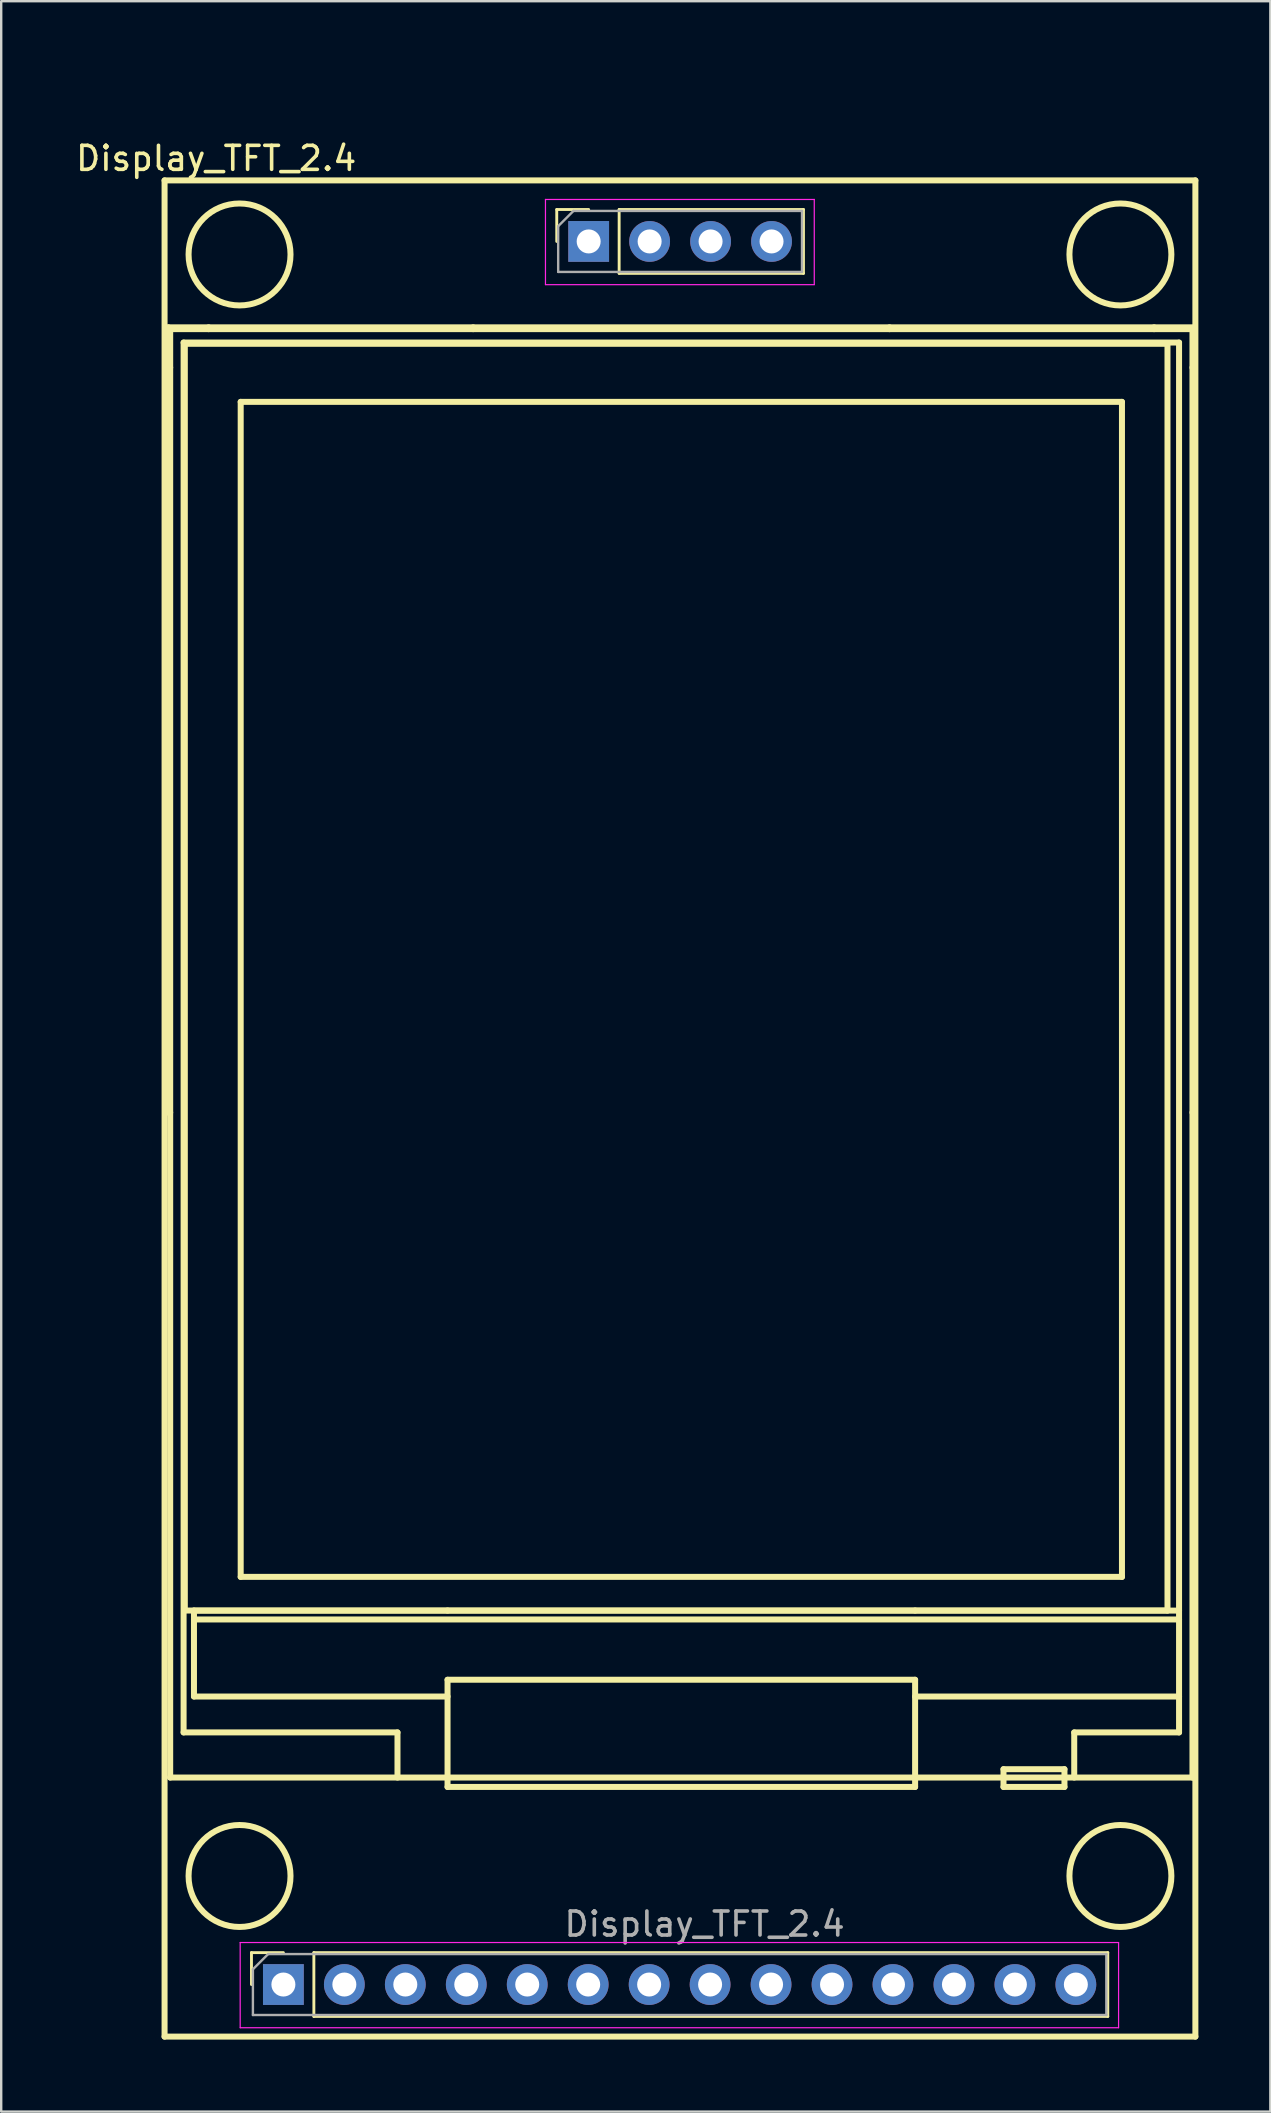
<source format=kicad_pcb>
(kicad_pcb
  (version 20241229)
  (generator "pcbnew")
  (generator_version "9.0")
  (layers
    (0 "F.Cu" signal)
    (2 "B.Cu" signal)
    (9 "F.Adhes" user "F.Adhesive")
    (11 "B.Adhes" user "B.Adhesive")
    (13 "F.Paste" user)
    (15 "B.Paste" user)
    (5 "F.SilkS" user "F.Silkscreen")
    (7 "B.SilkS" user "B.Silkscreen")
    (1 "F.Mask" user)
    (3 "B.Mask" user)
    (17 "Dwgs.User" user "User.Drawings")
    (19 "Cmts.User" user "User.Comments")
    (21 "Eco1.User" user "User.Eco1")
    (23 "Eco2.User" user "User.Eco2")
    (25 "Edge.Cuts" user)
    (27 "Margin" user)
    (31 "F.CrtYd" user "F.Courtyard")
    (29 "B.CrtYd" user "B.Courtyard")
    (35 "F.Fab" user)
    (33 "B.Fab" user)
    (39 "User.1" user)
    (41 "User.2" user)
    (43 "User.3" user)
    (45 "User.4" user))
  (footprint "Display_TFT_2.4"
    (layer "F.Cu")
    (at 3.298 0.25)
    (property "Reference" "Display_TFT_2.4" (at 2.66 3.3 0) (unlocked yes) (layer "F.SilkS") (effects (font (size 1 1) (thickness 0.15))))
    (attr through_hole)
    (fp_line (start 0.509 4.217) (end 43.46 4.217) (stroke (width 0.25) (type solid)) (layer "F.SilkS"))
    (fp_line (start 0.509 81.56) (end 0.509 4.217) (stroke (width 0.25) (type solid)) (layer "F.SilkS"))
    (fp_line (start 0.667 10.338) (end 0.667 43.054) (stroke (width 0.25) (type solid)) (layer "F.SilkS"))
    (fp_line (start 0.667 43.054) (end 0.743 43.054) (stroke (width 0.25) (type solid)) (layer "F.SilkS"))
    (fp_line (start 0.743 10.415) (end 43.339 10.415) (stroke (width 0.25) (type solid)) (layer "F.SilkS"))
    (fp_line (start 0.743 12.015) (end 0.667 12.015) (stroke (width 0.25) (type solid)) (layer "F.SilkS"))
    (fp_line (start 0.743 70.765) (end 0.743 10.415) (stroke (width 0.25) (type solid)) (layer "F.SilkS"))
    (fp_line (start 1.302 10.973) (end 42.78 10.973) (stroke (width 0.25) (type solid)) (layer "F.SilkS"))
    (fp_line (start 1.302 68.885) (end 1.302 10.973) (stroke (width 0.25) (type solid)) (layer "F.SilkS"))
    (fp_line (start 1.353 11.024) (end 42.298 11.024) (stroke (width 0.25) (type solid)) (layer "F.SilkS"))
    (fp_line (start 1.353 63.805) (end 1.353 11.024) (stroke (width 0.25) (type solid)) (layer "F.SilkS"))
    (fp_line (start 1.734 63.808) (end 42.78 63.808) (stroke (width 0.25) (type solid)) (layer "F.SilkS"))
    (fp_line (start 1.734 64.178) (end 42.78 64.178) (stroke (width 0.25) (type solid)) (layer "F.SilkS"))
    (fp_line (start 1.734 67.389) (end 1.734 63.808) (stroke (width 0.25) (type solid)) (layer "F.SilkS"))
    (fp_line (start 2.344 10.338) (end 2.344 10.415) (stroke (width 0.25) (type solid)) (layer "F.SilkS"))
    (fp_line (start 3.681 13.445) (end 40.401 13.445) (stroke (width 0.25) (type solid)) (layer "F.SilkS"))
    (fp_line (start 3.681 62.405) (end 3.681 13.445) (stroke (width 0.25) (type solid)) (layer "F.SilkS"))
    (fp_line (start 4.13 78.06) (end 5.46 78.06) (stroke (width 0.12) (type solid)) (layer "F.SilkS"))
    (fp_line (start 4.13 79.39) (end 4.13 78.06) (stroke (width 0.12) (type solid)) (layer "F.SilkS"))
    (fp_line (start 6.73 78.06) (end 39.81 78.06) (stroke (width 0.12) (type solid)) (layer "F.SilkS"))
    (fp_line (start 6.73 80.72) (end 6.73 78.06) (stroke (width 0.12) (type solid)) (layer "F.SilkS"))
    (fp_line (start 6.73 80.72) (end 39.81 80.72) (stroke (width 0.12) (type solid)) (layer "F.SilkS"))
    (fp_line (start 10.214 68.885) (end 1.302 68.885) (stroke (width 0.25) (type solid)) (layer "F.SilkS"))
    (fp_line (start 10.214 70.765) (end 10.214 68.885) (stroke (width 0.25) (type solid)) (layer "F.SilkS"))
    (fp_line (start 12.3 63.808) (end 12.3 63.805) (stroke (width 0.25) (type solid)) (layer "F.SilkS"))
    (fp_line (start 12.3 66.691) (end 31.782 66.691) (stroke (width 0.25) (type solid)) (layer "F.SilkS"))
    (fp_line (start 12.3 67.389) (end 1.734 67.389) (stroke (width 0.25) (type solid)) (layer "F.SilkS"))
    (fp_line (start 12.3 71.157) (end 12.3 66.691) (stroke (width 0.25) (type solid)) (layer "F.SilkS"))
    (fp_line (start 12.3 71.157) (end 31.782 71.157) (stroke (width 0.25) (type solid)) (layer "F.SilkS"))
    (fp_line (start 13.367 10.415) (end 13.367 10.338) (stroke (width 0.25) (type solid)) (layer "F.SilkS"))
    (fp_line (start 16.85 5.43) (end 18.18 5.43) (stroke (width 0.12) (type solid)) (layer "F.SilkS"))
    (fp_line (start 16.85 6.76) (end 16.85 5.43) (stroke (width 0.12) (type solid)) (layer "F.SilkS"))
    (fp_line (start 19.45 5.43) (end 27.13 5.43) (stroke (width 0.12) (type solid)) (layer "F.SilkS"))
    (fp_line (start 19.45 8.09) (end 19.45 5.43) (stroke (width 0.12) (type solid)) (layer "F.SilkS"))
    (fp_line (start 19.45 8.09) (end 27.13 8.09) (stroke (width 0.12) (type solid)) (layer "F.SilkS"))
    (fp_line (start 27.13 8.09) (end 27.13 5.43) (stroke (width 0.12) (type solid)) (layer "F.SilkS"))
    (fp_line (start 30.715 10.415) (end 30.715 10.338) (stroke (width 0.25) (type solid)) (layer "F.SilkS"))
    (fp_line (start 31.782 63.805) (end 31.782 63.808) (stroke (width 0.25) (type solid)) (layer "F.SilkS"))
    (fp_line (start 31.782 66.691) (end 31.782 71.157) (stroke (width 0.25) (type solid)) (layer "F.SilkS"))
    (fp_line (start 35.465 70.417) (end 38.005 70.417) (stroke (width 0.25) (type solid)) (layer "F.SilkS"))
    (fp_line (start 35.465 71.157) (end 35.465 70.417) (stroke (width 0.25) (type solid)) (layer "F.SilkS"))
    (fp_line (start 35.465 71.157) (end 38.005 71.157) (stroke (width 0.25) (type solid)) (layer "F.SilkS"))
    (fp_line (start 38.005 71.157) (end 38.005 70.417) (stroke (width 0.25) (type solid)) (layer "F.SilkS"))
    (fp_line (start 38.412 68.885) (end 38.412 70.765) (stroke (width 0.25) (type solid)) (layer "F.SilkS"))
    (fp_line (start 39.81 80.72) (end 39.81 78.06) (stroke (width 0.12) (type solid)) (layer "F.SilkS"))
    (fp_line (start 40.401 13.445) (end 40.401 62.405) (stroke (width 0.25) (type solid)) (layer "F.SilkS"))
    (fp_line (start 40.401 62.405) (end 3.681 62.405) (stroke (width 0.25) (type solid)) (layer "F.SilkS"))
    (fp_line (start 41.739 10.338) (end 41.739 10.415) (stroke (width 0.25) (type solid)) (layer "F.SilkS"))
    (fp_line (start 42.298 11.024) (end 42.298 63.805) (stroke (width 0.25) (type solid)) (layer "F.SilkS"))
    (fp_line (start 42.298 63.805) (end 1.353 63.805) (stroke (width 0.25) (type solid)) (layer "F.SilkS"))
    (fp_line (start 42.78 10.973) (end 42.78 68.885) (stroke (width 0.25) (type solid)) (layer "F.SilkS"))
    (fp_line (start 42.78 67.389) (end 31.782 67.389) (stroke (width 0.25) (type solid)) (layer "F.SilkS"))
    (fp_line (start 42.78 68.885) (end 38.412 68.885) (stroke (width 0.25) (type solid)) (layer "F.SilkS"))
    (fp_line (start 43.339 10.415) (end 43.339 70.765) (stroke (width 0.25) (type solid)) (layer "F.SilkS"))
    (fp_line (start 43.339 12.015) (end 43.415 12.015) (stroke (width 0.25) (type solid)) (layer "F.SilkS"))
    (fp_line (start 43.339 70.765) (end 0.743 70.765) (stroke (width 0.25) (type solid)) (layer "F.SilkS"))
    (fp_line (start 43.415 10.338) (end 0.667 10.338) (stroke (width 0.25) (type solid)) (layer "F.SilkS"))
    (fp_line (start 43.415 10.338) (end 43.415 43.054) (stroke (width 0.25) (type solid)) (layer "F.SilkS"))
    (fp_line (start 43.415 43.054) (end 43.339 43.054) (stroke (width 0.25) (type solid)) (layer "F.SilkS"))
    (fp_line (start 43.46 4.217) (end 43.46 81.56) (stroke (width 0.25) (type solid)) (layer "F.SilkS"))
    (fp_line (start 43.46 81.56) (end 0.509 81.56) (stroke (width 0.25) (type solid)) (layer "F.SilkS"))
    (fp_circle (center 3.633 7.303) (end 1.509 7.303) (stroke (width 0.25) (type solid)) (fill no) (layer "F.SilkS"))
    (fp_circle (center 3.633 74.867) (end 1.509 74.867) (stroke (width 0.25) (type solid)) (fill no) (layer "F.SilkS"))
    (fp_circle (center 40.336 7.303) (end 38.212 7.303) (stroke (width 0.25) (type solid)) (fill no) (layer "F.SilkS"))
    (fp_circle (center 40.336 74.867) (end 38.212 74.867) (stroke (width 0.25) (type solid)) (fill no) (layer "F.SilkS"))
    (fp_line (start 3.66 77.64) (end 40.26 77.64) (stroke (width 0.05) (type solid)) (layer "F.CrtYd"))
    (fp_line (start 3.66 81.19) (end 3.66 77.64) (stroke (width 0.05) (type solid)) (layer "F.CrtYd"))
    (fp_line (start 16.38 5.01) (end 27.58 5.01) (stroke (width 0.05) (type solid)) (layer "F.CrtYd"))
    (fp_line (start 16.38 8.56) (end 16.38 5.01) (stroke (width 0.05) (type solid)) (layer "F.CrtYd"))
    (fp_line (start 27.58 5.01) (end 27.58 8.56) (stroke (width 0.05) (type solid)) (layer "F.CrtYd"))
    (fp_line (start 27.58 8.56) (end 16.38 8.56) (stroke (width 0.05) (type solid)) (layer "F.CrtYd"))
    (fp_line (start 40.26 77.64) (end 40.26 81.19) (stroke (width 0.05) (type solid)) (layer "F.CrtYd"))
    (fp_line (start 40.26 81.19) (end 3.66 81.19) (stroke (width 0.05) (type solid)) (layer "F.CrtYd"))
    (fp_line (start 4.19 78.755) (end 4.825 78.12) (stroke (width 0.1) (type solid)) (layer "F.Fab"))
    (fp_line (start 4.19 80.66) (end 4.19 78.755) (stroke (width 0.1) (type solid)) (layer "F.Fab"))
    (fp_line (start 4.825 78.12) (end 39.75 78.12) (stroke (width 0.1) (type solid)) (layer "F.Fab"))
    (fp_line (start 16.91 6.125) (end 17.545 5.49) (stroke (width 0.1) (type solid)) (layer "F.Fab"))
    (fp_line (start 16.91 8.03) (end 16.91 6.125) (stroke (width 0.1) (type solid)) (layer "F.Fab"))
    (fp_line (start 17.545 5.49) (end 27.07 5.49) (stroke (width 0.1) (type solid)) (layer "F.Fab"))
    (fp_line (start 27.07 5.49) (end 27.07 8.03) (stroke (width 0.1) (type solid)) (layer "F.Fab"))
    (fp_line (start 27.07 8.03) (end 16.91 8.03) (stroke (width 0.1) (type solid)) (layer "F.Fab"))
    (fp_line (start 39.75 78.12) (end 39.75 80.66) (stroke (width 0.1) (type solid)) (layer "F.Fab"))
    (fp_line (start 39.75 80.66) (end 4.19 80.66) (stroke (width 0.1) (type solid)) (layer "F.Fab"))
    (fp_text user "${REFERENCE}" (at 23.01 76.87 0) (unlocked yes) (layer "F.Fab") (effects (font (size 1 1) (thickness 0.15))))
    (pad "1" thru_hole rect (at 5.46 79.39 90) (size 1.7 1.7) (drill 1) (layers "*.Cu" "*.Mask"))
    (pad "2" thru_hole oval (at 8 79.39 90) (size 1.7 1.7) (drill 1) (layers "*.Cu" "*.Mask"))
    (pad "3" thru_hole oval (at 10.54 79.39 90) (size 1.7 1.7) (drill 1) (layers "*.Cu" "*.Mask"))
    (pad "4" thru_hole oval (at 13.08 79.39 90) (size 1.7 1.7) (drill 1) (layers "*.Cu" "*.Mask"))
    (pad "5" thru_hole oval (at 15.62 79.39 90) (size 1.7 1.7) (drill 1) (layers "*.Cu" "*.Mask"))
    (pad "6" thru_hole oval (at 18.16 79.39 90) (size 1.7 1.7) (drill 1) (layers "*.Cu" "*.Mask"))
    (pad "7" thru_hole oval (at 20.7 79.39 90) (size 1.7 1.7) (drill 1) (layers "*.Cu" "*.Mask"))
    (pad "8" thru_hole oval (at 23.24 79.39 90) (size 1.7 1.7) (drill 1) (layers "*.Cu" "*.Mask"))
    (pad "9" thru_hole oval (at 25.78 79.39 90) (size 1.7 1.7) (drill 1) (layers "*.Cu" "*.Mask"))
    (pad "10" thru_hole oval (at 28.32 79.39 90) (size 1.7 1.7) (drill 1) (layers "*.Cu" "*.Mask"))
    (pad "11" thru_hole oval (at 30.86 79.39 90) (size 1.7 1.7) (drill 1) (layers "*.Cu" "*.Mask"))
    (pad "12" thru_hole oval (at 33.4 79.39 90) (size 1.7 1.7) (drill 1) (layers "*.Cu" "*.Mask"))
    (pad "13" thru_hole oval (at 35.94 79.39 90) (size 1.7 1.7) (drill 1) (layers "*.Cu" "*.Mask"))
    (pad "14" thru_hole oval (at 38.48 79.39 90) (size 1.7 1.7) (drill 1) (layers "*.Cu" "*.Mask"))
    (pad "15" thru_hole oval (at 25.8 6.76 90) (size 1.7 1.7) (drill 1) (layers "*.Cu" "*.Mask"))
    (pad "16" thru_hole oval (at 23.26 6.76 90) (size 1.7 1.7) (drill 1) (layers "*.Cu" "*.Mask"))
    (pad "17" thru_hole oval (at 20.72 6.76 90) (size 1.7 1.7) (drill 1) (layers "*.Cu" "*.Mask"))
    (pad "18" thru_hole rect (at 18.18 6.76 90) (size 1.7 1.7) (drill 1) (layers "*.Cu" "*.Mask")))
  (gr_rect
    (start -3 -3)
    (end 49.883 84.935)
    (stroke (width 0.1) (type default))
    (fill no)
    (layer "Edge.Cuts")))
</source>
